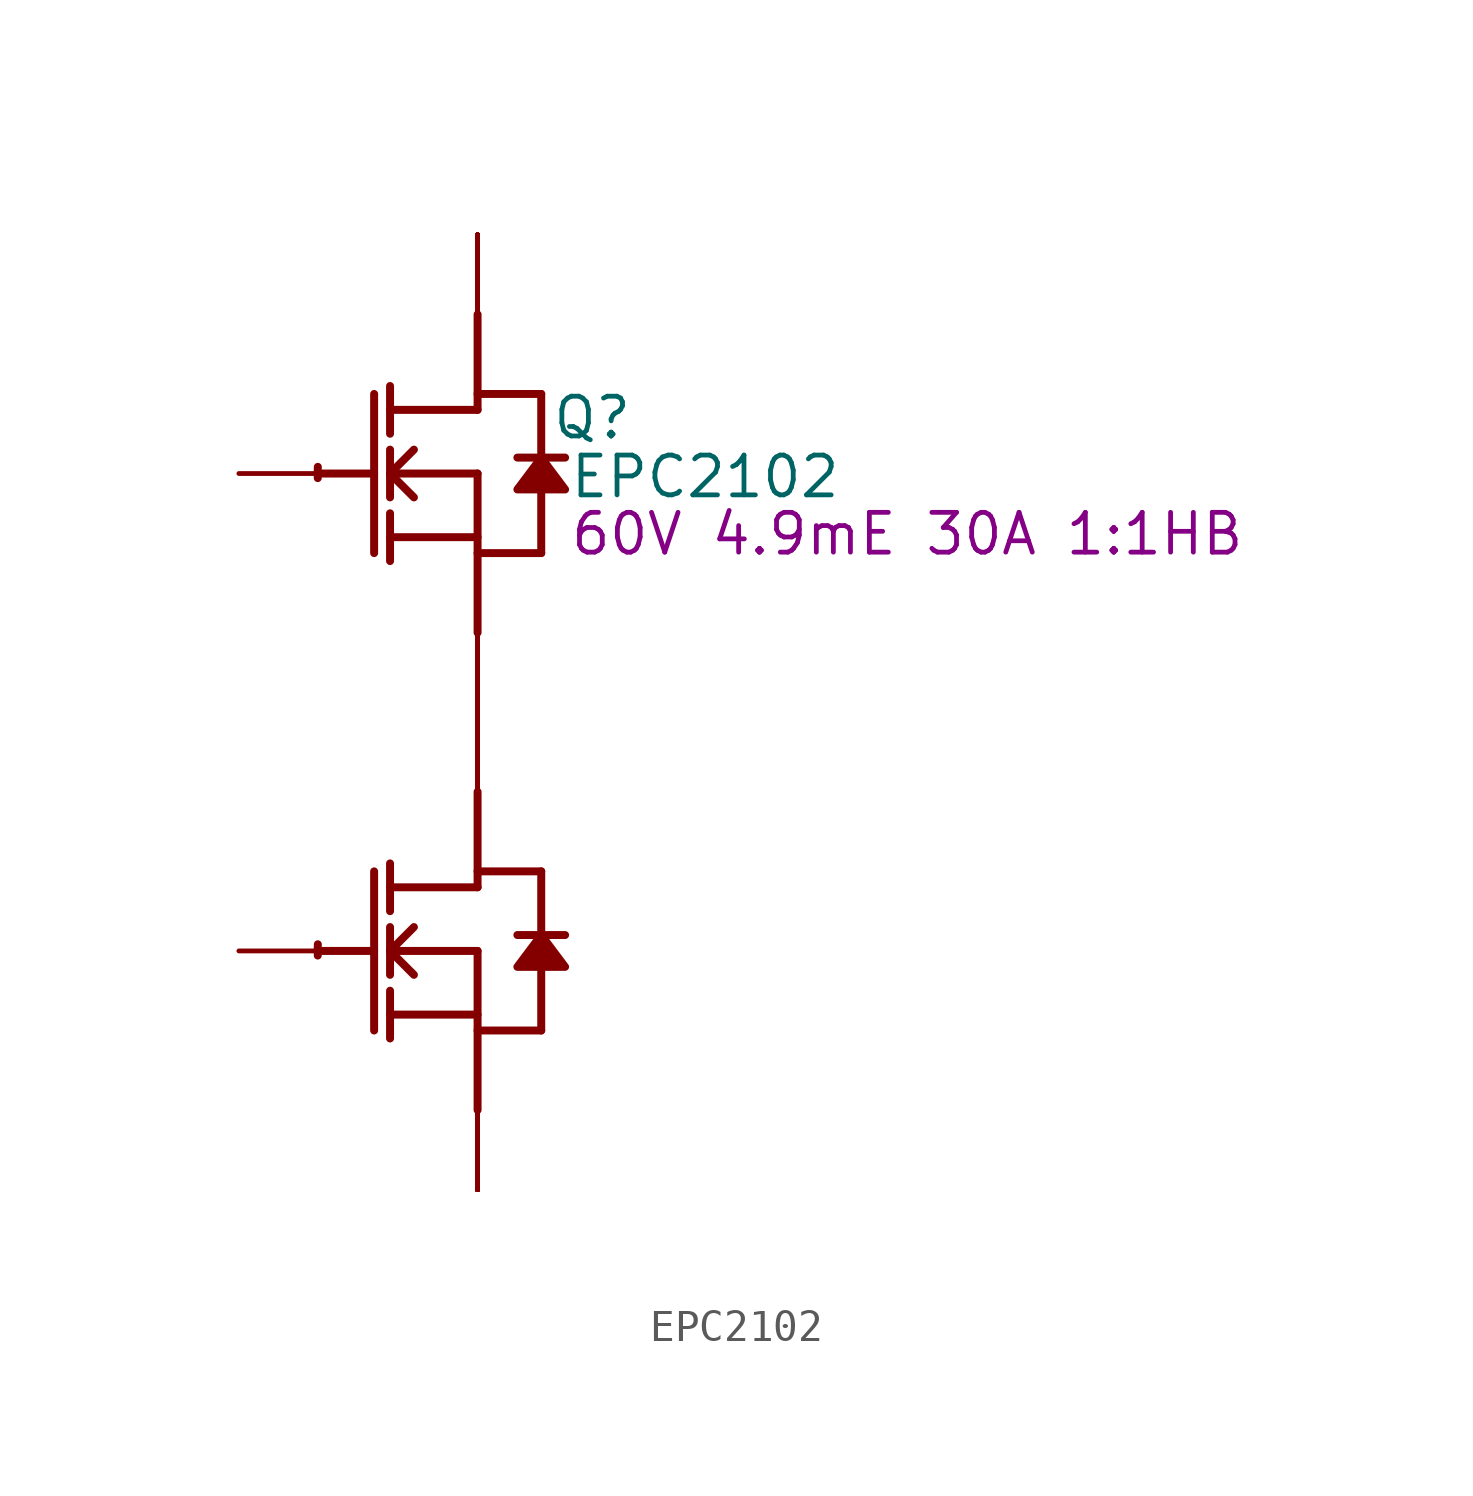
<source format=kicad_sym>
(kicad_symbol_lib
  (version 20231120)
  (generator "kicad_symbol_editor")
  (generator_version "8.0")
  (symbol "EPC2102"
    (property "Reference" "Q"
      (at 3.658 1.778 0)
      (effects (font (size 1.27 1.27))))
    (property "Value" "EPC2102"
      (at 7.264 -0.102 0)
      (effects (font (size 1.27 1.27))))
    (property "Description" "60V 4.9mE 30A 1:1HB"
      (at 13.716 -1.93 0)
      (effects (font (size 1.27 1.27))))
    (symbol "EPC2102_1_0"
      (arc (start -5.0996 -15.0272) (mid -5.1039 -15.2069) (end -5.1019 -15.3867) (stroke (width 0.254) (type solid)) (fill (type none)))
      (arc (start -5.0996 0.2128) (mid -5.1039 0.0331) (end -5.1019 -0.1467) (stroke (width 0.254) (type solid)) (fill (type none)))
      (polyline (pts (xy -5.08 -15.24) (xy -3.302 -15.24)) (stroke (width 0.254) (type solid)) (fill (type none)))
      (polyline (pts (xy -5.08 0) (xy -3.302 0)) (stroke (width 0.254) (type solid)) (fill (type none)))
      (polyline (pts (xy -3.302 -12.7) (xy -3.302 -17.78)) (stroke (width 0.254) (type solid)) (fill (type none)))
      (polyline (pts (xy -3.302 2.54) (xy -3.302 -2.54)) (stroke (width 0.254) (type solid)) (fill (type none)))
      (polyline (pts (xy -2.794 -18.034) (xy -2.794 -16.51)) (stroke (width 0.254) (type solid)) (fill (type none)))
      (polyline (pts (xy -2.794 -17.272) (xy 0 -17.272)) (stroke (width 0.254) (type solid)) (fill (type none)))
      (polyline (pts (xy -2.794 -16.002) (xy -2.794 -14.478)) (stroke (width 0.254) (type solid)) (fill (type none)))
      (polyline (pts (xy -2.794 -15.24) (xy -2.032 -14.478)) (stroke (width 0.254) (type solid)) (fill (type none)))
      (polyline (pts (xy -2.794 -15.24) (xy 0 -15.24)) (stroke (width 0.254) (type solid)) (fill (type none)))
      (polyline (pts (xy -2.794 -13.97) (xy -2.794 -12.446)) (stroke (width 0.254) (type solid)) (fill (type none)))
      (polyline (pts (xy -2.794 -2.794) (xy -2.794 -1.27)) (stroke (width 0.254) (type solid)) (fill (type none)))
      (polyline (pts (xy -2.794 -2.032) (xy 0 -2.032)) (stroke (width 0.254) (type solid)) (fill (type none)))
      (polyline (pts (xy -2.794 -0.762) (xy -2.794 0.762)) (stroke (width 0.254) (type solid)) (fill (type none)))
      (polyline (pts (xy -2.794 0) (xy -2.032 0.762)) (stroke (width 0.254) (type solid)) (fill (type none)))
      (polyline (pts (xy -2.794 0) (xy 0 0)) (stroke (width 0.254) (type solid)) (fill (type none)))
      (polyline (pts (xy -2.794 1.27) (xy -2.794 2.794)) (stroke (width 0.254) (type solid)) (fill (type none)))
      (polyline (pts (xy -2.032 -16.002) (xy -2.794 -15.24)) (stroke (width 0.254) (type solid)) (fill (type none)))
      (polyline (pts (xy -2.032 -0.762) (xy -2.794 0)) (stroke (width 0.254) (type solid)) (fill (type none)))
      (polyline (pts (xy 0 -17.78) (xy 2.032 -17.78)) (stroke (width 0.254) (type solid)) (fill (type none)))
      (polyline (pts (xy 0 -15.24) (xy 0 -20.32)) (stroke (width 0.254) (type solid)) (fill (type none)))
      (polyline (pts (xy 0 -13.208) (xy -2.794 -13.208)) (stroke (width 0.254) (type solid)) (fill (type none)))
      (polyline (pts (xy 0 -13.208) (xy 0 -10.16)) (stroke (width 0.254) (type solid)) (fill (type none)))
      (polyline (pts (xy 0 -12.7) (xy 2.032 -12.7)) (stroke (width 0.254) (type solid)) (fill (type none)))
      (polyline (pts (xy 0 -2.54) (xy 2.032 -2.54)) (stroke (width 0.254) (type solid)) (fill (type none)))
      (polyline (pts (xy 0 0) (xy 0 -5.08)) (stroke (width 0.254) (type solid)) (fill (type none)))
      (polyline (pts (xy 0 2.032) (xy -2.794 2.032)) (stroke (width 0.254) (type solid)) (fill (type none)))
      (polyline (pts (xy 0 2.032) (xy 0 5.08)) (stroke (width 0.254) (type solid)) (fill (type none)))
      (polyline (pts (xy 0 2.54) (xy 2.032 2.54)) (stroke (width 0.254) (type solid)) (fill (type none)))
      (polyline (pts (xy 2.032 -15.748) (xy 2.032 -17.78)) (stroke (width 0.254) (type solid)) (fill (type none)))
      (polyline (pts (xy 2.032 -12.7) (xy 2.032 -14.732)) (stroke (width 0.254) (type solid)) (fill (type none)))
      (polyline (pts (xy 2.032 -0.508) (xy 2.032 -2.54)) (stroke (width 0.254) (type solid)) (fill (type none)))
      (polyline (pts (xy 2.032 2.54) (xy 2.032 0.508)) (stroke (width 0.254) (type solid)) (fill (type none)))
      (polyline (pts (xy 2.794 -14.732) (xy 1.27 -14.732)) (stroke (width 0.254) (type solid)) (fill (type none)))
      (polyline (pts (xy 2.794 0.508) (xy 1.27 0.508)) (stroke (width 0.254) (type solid)) (fill (type none)))
      (polyline (pts (xy 2.032 -14.732) (xy 1.27 -15.748) (xy 2.794 -15.748) (xy 2.032 -14.732)) (stroke (width 0.254) (type solid)) (fill (type outline)))
      (polyline (pts (xy 2.032 0.508) (xy 1.27 -0.508) (xy 2.794 -0.508) (xy 2.032 0.508)) (stroke (width 0.254) (type solid)) (fill (type outline)))
      (pin open_collector line (at 0 7.62 270) (length 2.54) (name "D1" (effects (font (size 0 0)))) (number "1" (effects (font (size 0 0)))))
      (pin open_collector line (at 0 -7.62 270) (length 2.54) (name "D2" (effects (font (size 0 0)))) (number "10" (effects (font (size 0 0)))))
      (pin open_collector line (at 0 7.62 270) (length 2.54) (name "D1" (effects (font (size 0 0)))) (number "11" (effects (font (size 0 0)))))
      (pin open_emitter line (at 0 7.62 270) (length 2.54) (name "D1" (effects (font (size 0 0)))) (number "12" (effects (font (size 0 0)))))
      (pin open_emitter line (at 0 7.62 270) (length 2.54) (name "D1" (effects (font (size 0 0)))) (number "13" (effects (font (size 0 0)))))
      (pin open_emitter line (at 0 -22.86 90) (length 2.54) (name "S2" (effects (font (size 0 0)))) (number "14" (effects (font (size 0 0)))))
      (pin open_emitter line (at 0 -22.86 90) (length 2.54) (name "S2" (effects (font (size 0 0)))) (number "15" (effects (font (size 0 0)))))
      (pin open_emitter line (at 0 -7.62 90) (length 2.54) (name "S1" (effects (font (size 0 0)))) (number "16" (effects (font (size 0 0)))))
      (pin open_collector line (at 0 -7.62 90) (length 2.54) (name "S1" (effects (font (size 0 0)))) (number "17" (effects (font (size 0 0)))))
      (pin open_collector line (at 0 -7.62 90) (length 2.54) (name "S1" (effects (font (size 0 0)))) (number "18" (effects (font (size 0 0)))))
      (pin open_collector line (at 0 -7.62 270) (length 2.54) (name "D2" (effects (font (size 0 0)))) (number "19" (effects (font (size 0 0)))))
      (pin passive line (at -7.62 0 0) (length 2.54) (name "G1" (effects (font (size 0 0)))) (number "2" (effects (font (size 0 0)))))
      (pin open_collector line (at 0 -7.62 270) (length 2.54) (name "D2" (effects (font (size 0 0)))) (number "20" (effects (font (size 0 0)))))
      (pin open_collector line (at 0 7.62 270) (length 2.54) (name "D1" (effects (font (size 0 0)))) (number "21" (effects (font (size 0 0)))))
      (pin open_emitter line (at 0 7.62 270) (length 2.54) (name "D1" (effects (font (size 0 0)))) (number "22" (effects (font (size 0 0)))))
      (pin open_emitter line (at 0 7.62 270) (length 2.54) (name "D1" (effects (font (size 0 0)))) (number "23" (effects (font (size 0 0)))))
      (pin open_emitter line (at 0 -22.86 90) (length 2.54) (name "S2" (effects (font (size 0 0)))) (number "24" (effects (font (size 0 0)))))
      (pin open_emitter line (at 0 -22.86 90) (length 2.54) (name "S2" (effects (font (size 0 0)))) (number "25" (effects (font (size 0 0)))))
      (pin open_emitter line (at 0 -7.62 90) (length 2.54) (name "S1" (effects (font (size 0 0)))) (number "26" (effects (font (size 0 0)))))
      (pin open_collector line (at 0 -7.62 90) (length 2.54) (name "S1" (effects (font (size 0 0)))) (number "27" (effects (font (size 0 0)))))
      (pin open_collector line (at 0 -7.62 90) (length 2.54) (name "S1" (effects (font (size 0 0)))) (number "28" (effects (font (size 0 0)))))
      (pin open_collector line (at 0 -7.62 270) (length 2.54) (name "D2" (effects (font (size 0 0)))) (number "29" (effects (font (size 0 0)))))
      (pin passive line (at 0 -7.62 90) (length 2.54) (name "SG1" (effects (font (size 0 0)))) (number "3" (effects (font (size 0 0)))))
      (pin open_collector line (at 0 -7.62 270) (length 2.54) (name "D2" (effects (font (size 0 0)))) (number "30" (effects (font (size 0 0)))))
      (pin open_collector line (at 0 7.62 270) (length 2.54) (name "D1" (effects (font (size 0 0)))) (number "31" (effects (font (size 0 0)))))
      (pin open_emitter line (at 0 7.62 270) (length 2.54) (name "D1" (effects (font (size 0 0)))) (number "32" (effects (font (size 0 0)))))
      (pin open_emitter line (at 0 7.62 270) (length 2.54) (name "D1" (effects (font (size 0 0)))) (number "33" (effects (font (size 0 0)))))
      (pin open_emitter line (at 0 -22.86 90) (length 2.54) (name "S2" (effects (font (size 0 0)))) (number "34" (effects (font (size 0 0)))))
      (pin open_emitter line (at 0 -22.86 90) (length 2.54) (name "S2" (effects (font (size 0 0)))) (number "35" (effects (font (size 0 0)))))
      (pin open_emitter line (at 0 -7.62 90) (length 2.54) (name "S1" (effects (font (size 0 0)))) (number "36" (effects (font (size 0 0)))))
      (pin open_collector line (at 0 -7.62 90) (length 2.54) (name "S1" (effects (font (size 0 0)))) (number "37" (effects (font (size 0 0)))))
      (pin open_collector line (at 0 -7.62 90) (length 2.54) (name "S1" (effects (font (size 0 0)))) (number "38" (effects (font (size 0 0)))))
      (pin open_collector line (at 0 -7.62 270) (length 2.54) (name "D2" (effects (font (size 0 0)))) (number "39" (effects (font (size 0 0)))))
      (pin passive line (at -7.62 -15.24 0) (length 2.54) (name "G2" (effects (font (size 0 0)))) (number "4" (effects (font (size 0 0)))))
      (pin open_collector line (at 0 -7.62 270) (length 2.54) (name "D2" (effects (font (size 0 0)))) (number "40" (effects (font (size 0 0)))))
      (pin open_collector line (at 0 7.62 270) (length 2.54) (name "D1" (effects (font (size 0 0)))) (number "41" (effects (font (size 0 0)))))
      (pin open_emitter line (at 0 7.62 270) (length 2.54) (name "D1" (effects (font (size 0 0)))) (number "42" (effects (font (size 0 0)))))
      (pin open_emitter line (at 0 -22.86 90) (length 2.54) (name "S2" (effects (font (size 0 0)))) (number "43" (effects (font (size 0 0)))))
      (pin open_emitter line (at 0 -22.86 90) (length 2.54) (name "S2" (effects (font (size 0 0)))) (number "44" (effects (font (size 0 0)))))
      (pin open_emitter line (at 0 -22.86 90) (length 2.54) (name "S2" (effects (font (size 0 0)))) (number "45" (effects (font (size 0 0)))))
      (pin open_emitter line (at 0 -7.62 90) (length 2.54) (name "S1" (effects (font (size 0 0)))) (number "46" (effects (font (size 0 0)))))
      (pin open_collector line (at 0 -7.62 90) (length 2.54) (name "S1" (effects (font (size 0 0)))) (number "47" (effects (font (size 0 0)))))
      (pin open_collector line (at 0 -7.62 90) (length 2.54) (name "S1" (effects (font (size 0 0)))) (number "48" (effects (font (size 0 0)))))
      (pin open_collector line (at 0 -7.62 270) (length 2.54) (name "D2" (effects (font (size 0 0)))) (number "49" (effects (font (size 0 0)))))
      (pin open_emitter line (at 0 -22.86 90) (length 2.54) (name "S2" (effects (font (size 0 0)))) (number "5" (effects (font (size 0 0)))))
      (pin open_collector line (at 0 -7.62 270) (length 2.54) (name "D2" (effects (font (size 0 0)))) (number "50" (effects (font (size 0 0)))))
      (pin open_collector line (at 0 7.62 270) (length 2.54) (name "D1" (effects (font (size 0 0)))) (number "51" (effects (font (size 0 0)))))
      (pin open_emitter line (at 0 7.62 270) (length 2.54) (name "D1" (effects (font (size 0 0)))) (number "52" (effects (font (size 0 0)))))
      (pin open_emitter line (at 0 -22.86 90) (length 2.54) (name "S2" (effects (font (size 0 0)))) (number "53" (effects (font (size 0 0)))))
      (pin open_emitter line (at 0 -22.86 90) (length 2.54) (name "S2" (effects (font (size 0 0)))) (number "54" (effects (font (size 0 0)))))
      (pin open_emitter line (at 0 -22.86 90) (length 2.54) (name "S2" (effects (font (size 0 0)))) (number "55" (effects (font (size 0 0)))))
      (pin open_emitter line (at 0 -7.62 90) (length 2.54) (name "S1" (effects (font (size 0 0)))) (number "56" (effects (font (size 0 0)))))
      (pin open_collector line (at 0 -7.62 90) (length 2.54) (name "S1" (effects (font (size 0 0)))) (number "57" (effects (font (size 0 0)))))
      (pin open_collector line (at 0 -7.62 90) (length 2.54) (name "S1" (effects (font (size 0 0)))) (number "58" (effects (font (size 0 0)))))
      (pin open_collector line (at 0 -7.62 270) (length 2.54) (name "D2" (effects (font (size 0 0)))) (number "59" (effects (font (size 0 0)))))
      (pin open_emitter line (at 0 -7.62 90) (length 2.54) (name "S1" (effects (font (size 0 0)))) (number "6" (effects (font (size 0 0)))))
      (pin open_collector line (at 0 -7.62 270) (length 2.54) (name "D2" (effects (font (size 0 0)))) (number "60" (effects (font (size 0 0)))))
      (pin open_collector line (at 0 7.62 270) (length 2.54) (name "D1" (effects (font (size 0 0)))) (number "61" (effects (font (size 0 0)))))
      (pin open_emitter line (at 0 7.62 270) (length 2.54) (name "D1" (effects (font (size 0 0)))) (number "62" (effects (font (size 0 0)))))
      (pin open_emitter line (at 0 -22.86 90) (length 2.54) (name "S2" (effects (font (size 0 0)))) (number "63" (effects (font (size 0 0)))))
      (pin open_emitter line (at 0 -22.86 90) (length 2.54) (name "S2" (effects (font (size 0 0)))) (number "64" (effects (font (size 0 0)))))
      (pin open_emitter line (at 0 -22.86 90) (length 2.54) (name "S2" (effects (font (size 0 0)))) (number "65" (effects (font (size 0 0)))))
      (pin open_emitter line (at 0 -7.62 90) (length 2.54) (name "S1" (effects (font (size 0 0)))) (number "66" (effects (font (size 0 0)))))
      (pin open_collector line (at 0 -7.62 90) (length 2.54) (name "S1" (effects (font (size 0 0)))) (number "67" (effects (font (size 0 0)))))
      (pin open_collector line (at 0 -7.62 90) (length 2.54) (name "S1" (effects (font (size 0 0)))) (number "68" (effects (font (size 0 0)))))
      (pin open_collector line (at 0 -7.62 270) (length 2.54) (name "D2" (effects (font (size 0 0)))) (number "69" (effects (font (size 0 0)))))
      (pin open_collector line (at 0 -7.62 90) (length 2.54) (name "S1" (effects (font (size 0 0)))) (number "7" (effects (font (size 0 0)))))
      (pin open_collector line (at 0 -7.62 270) (length 2.54) (name "D2" (effects (font (size 0 0)))) (number "70" (effects (font (size 0 0)))))
      (pin open_collector line (at 0 7.62 270) (length 2.54) (name "D1" (effects (font (size 0 0)))) (number "71" (effects (font (size 0 0)))))
      (pin open_emitter line (at 0 7.62 270) (length 2.54) (name "D1" (effects (font (size 0 0)))) (number "72" (effects (font (size 0 0)))))
      (pin open_emitter line (at 0 -22.86 90) (length 2.54) (name "S2" (effects (font (size 0 0)))) (number "73" (effects (font (size 0 0)))))
      (pin open_emitter line (at 0 -22.86 90) (length 2.54) (name "S2" (effects (font (size 0 0)))) (number "74" (effects (font (size 0 0)))))
      (pin open_emitter line (at 0 -22.86 90) (length 2.54) (name "S2" (effects (font (size 0 0)))) (number "75" (effects (font (size 0 0)))))
      (pin open_collector line (at 0 -7.62 90) (length 2.54) (name "S1" (effects (font (size 0 0)))) (number "8" (effects (font (size 0 0)))))
      (pin open_collector line (at 0 -7.62 270) (length 2.54) (name "D2" (effects (font (size 0 0)))) (number "9" (effects (font (size 0 0))))))))
</source>
